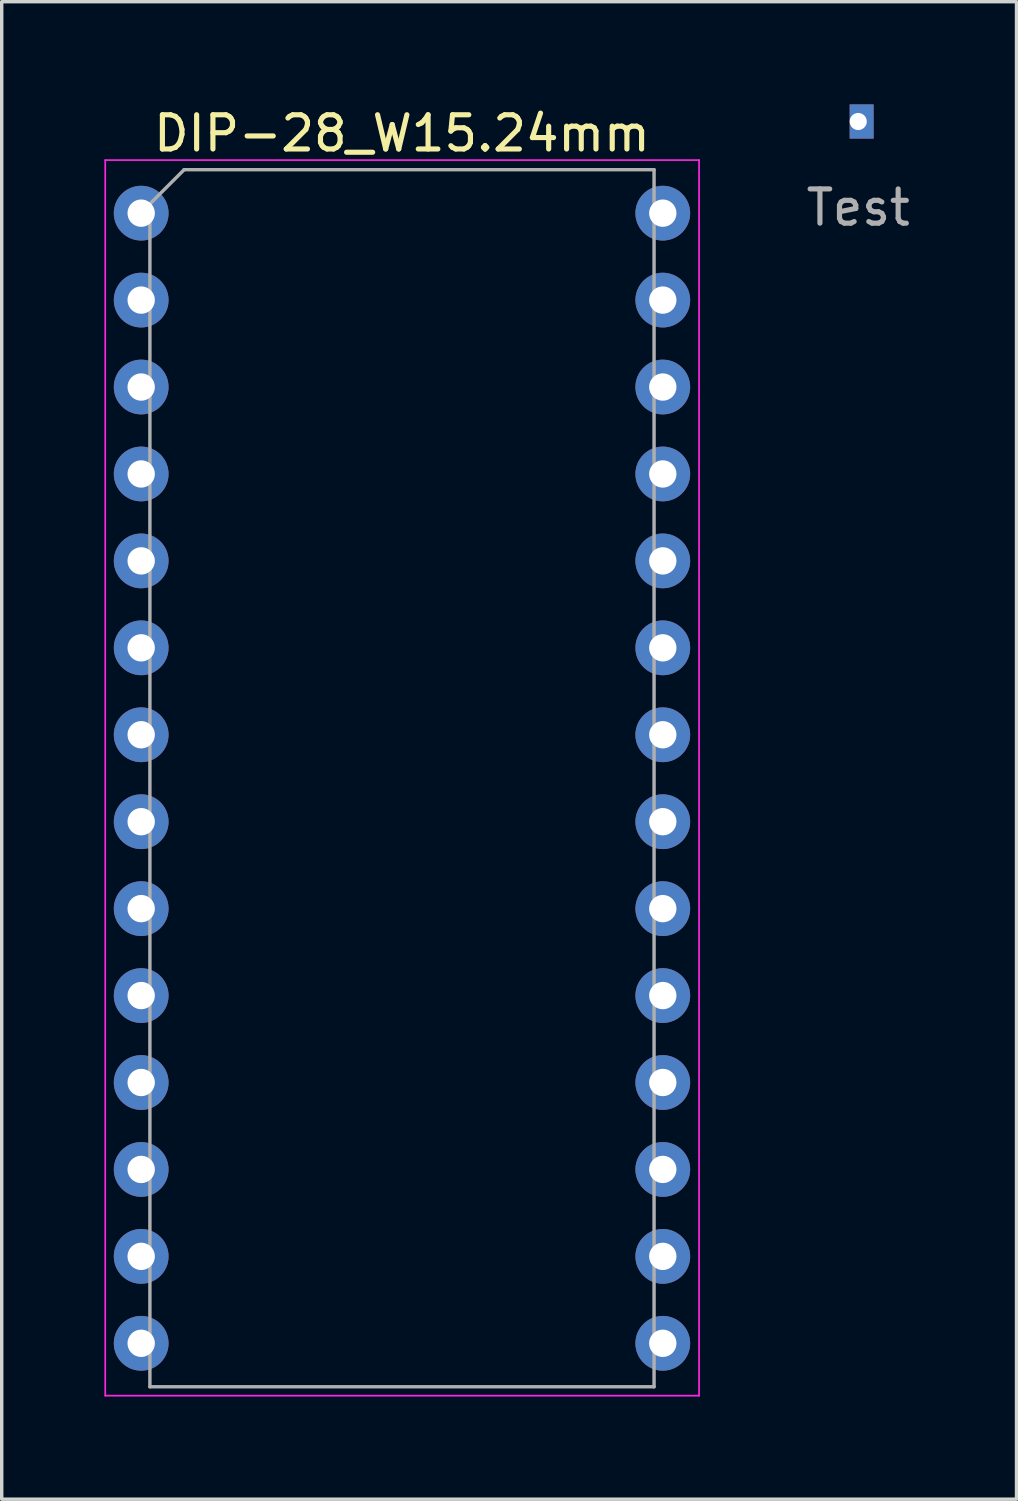
<source format=kicad_pcb>
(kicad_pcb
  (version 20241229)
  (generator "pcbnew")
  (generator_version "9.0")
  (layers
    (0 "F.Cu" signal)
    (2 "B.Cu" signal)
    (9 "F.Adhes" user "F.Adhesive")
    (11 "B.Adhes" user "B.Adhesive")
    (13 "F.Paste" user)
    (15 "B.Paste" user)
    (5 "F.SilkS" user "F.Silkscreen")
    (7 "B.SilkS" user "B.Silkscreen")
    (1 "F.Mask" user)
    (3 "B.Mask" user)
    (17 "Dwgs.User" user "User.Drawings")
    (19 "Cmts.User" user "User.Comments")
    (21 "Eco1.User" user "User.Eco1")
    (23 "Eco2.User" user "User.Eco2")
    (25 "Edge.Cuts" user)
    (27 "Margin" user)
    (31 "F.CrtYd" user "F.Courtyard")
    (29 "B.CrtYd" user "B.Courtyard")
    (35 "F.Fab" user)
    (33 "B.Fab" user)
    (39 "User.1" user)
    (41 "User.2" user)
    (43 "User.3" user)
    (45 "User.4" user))
  (footprint "DIP-28_W15.24mm"
    (layer "F.Cu")
    (at 1.075 3.178)
    (property "Reference" "DIP-28_W15.24mm" (at 7.62 -2.33 0) (layer "F.SilkS") (effects (font (size 1 1) (thickness 0.15))))
    (attr through_hole)
    (fp_line (start -1.05 -1.55) (end -1.05 34.55) (stroke (width 0.05) (type solid)) (layer "F.CrtYd"))
    (fp_line (start -1.05 34.55) (end 16.3 34.55) (stroke (width 0.05) (type solid)) (layer "F.CrtYd"))
    (fp_line (start 16.3 -1.55) (end -1.05 -1.55) (stroke (width 0.05) (type solid)) (layer "F.CrtYd"))
    (fp_line (start 16.3 34.55) (end 16.3 -1.55) (stroke (width 0.05) (type solid)) (layer "F.CrtYd"))
    (fp_line (start 0.255 -0.27) (end 1.255 -1.27) (stroke (width 0.1) (type solid)) (layer "F.Fab"))
    (fp_line (start 0.255 34.29) (end 0.255 -0.27) (stroke (width 0.1) (type solid)) (layer "F.Fab"))
    (fp_line (start 1.255 -1.27) (end 14.985 -1.27) (stroke (width 0.1) (type solid)) (layer "F.Fab"))
    (fp_line (start 14.985 -1.27) (end 14.985 34.29) (stroke (width 0.1) (type solid)) (layer "F.Fab"))
    (fp_line (start 14.985 34.29) (end 0.255 34.29) (stroke (width 0.1) (type solid)) (layer "F.Fab"))
    (pad "1" thru_hole circle (at 0 0) (size 1.6 1.6) (drill 0.8) (layers "*.Cu" "*.Mask"))
    (pad "2" thru_hole oval (at 0 2.54) (size 1.6 1.6) (drill 0.8) (layers "*.Cu" "*.Mask"))
    (pad "3" thru_hole oval (at 0 5.08) (size 1.6 1.6) (drill 0.8) (layers "*.Cu" "*.Mask"))
    (pad "4" thru_hole oval (at 0 7.62) (size 1.6 1.6) (drill 0.8) (layers "*.Cu" "*.Mask"))
    (pad "5" thru_hole oval (at 0 10.16) (size 1.6 1.6) (drill 0.8) (layers "*.Cu" "*.Mask"))
    (pad "6" thru_hole oval (at 0 12.7) (size 1.6 1.6) (drill 0.8) (layers "*.Cu" "*.Mask"))
    (pad "7" thru_hole oval (at 0 15.24) (size 1.6 1.6) (drill 0.8) (layers "*.Cu" "*.Mask"))
    (pad "8" thru_hole oval (at 0 17.78) (size 1.6 1.6) (drill 0.8) (layers "*.Cu" "*.Mask"))
    (pad "9" thru_hole oval (at 0 20.32) (size 1.6 1.6) (drill 0.8) (layers "*.Cu" "*.Mask"))
    (pad "10" thru_hole oval (at 0 22.86) (size 1.6 1.6) (drill 0.8) (layers "*.Cu" "*.Mask"))
    (pad "11" thru_hole oval (at 0 25.4) (size 1.6 1.6) (drill 0.8) (layers "*.Cu" "*.Mask"))
    (pad "12" thru_hole oval (at 0 27.94) (size 1.6 1.6) (drill 0.8) (layers "*.Cu" "*.Mask"))
    (pad "13" thru_hole oval (at 0 30.48) (size 1.6 1.6) (drill 0.8) (layers "*.Cu" "*.Mask"))
    (pad "14" thru_hole oval (at 0 33.02) (size 1.6 1.6) (drill 0.8) (layers "*.Cu" "*.Mask"))
    (pad "15" thru_hole oval (at 15.24 33.02) (size 1.6 1.6) (drill 0.8) (layers "*.Cu" "*.Mask"))
    (pad "16" thru_hole oval (at 15.24 30.48) (size 1.6 1.6) (drill 0.8) (layers "*.Cu" "*.Mask"))
    (pad "17" thru_hole oval (at 15.24 27.94) (size 1.6 1.6) (drill 0.8) (layers "*.Cu" "*.Mask"))
    (pad "18" thru_hole oval (at 15.24 25.4) (size 1.6 1.6) (drill 0.8) (layers "*.Cu" "*.Mask"))
    (pad "19" thru_hole oval (at 15.24 22.86) (size 1.6 1.6) (drill 0.8) (layers "*.Cu" "*.Mask"))
    (pad "20" thru_hole oval (at 15.24 20.32) (size 1.6 1.6) (drill 0.8) (layers "*.Cu" "*.Mask"))
    (pad "21" thru_hole oval (at 15.24 17.78) (size 1.6 1.6) (drill 0.8) (layers "*.Cu" "*.Mask"))
    (pad "22" thru_hole oval (at 15.24 15.24) (size 1.6 1.6) (drill 0.8) (layers "*.Cu" "*.Mask"))
    (pad "23" thru_hole oval (at 15.24 12.7) (size 1.6 1.6) (drill 0.8) (layers "*.Cu" "*.Mask"))
    (pad "24" thru_hole oval (at 15.24 10.16) (size 1.6 1.6) (drill 0.8) (layers "*.Cu" "*.Mask"))
    (pad "25" thru_hole oval (at 15.24 7.62) (size 1.6 1.6) (drill 0.8) (layers "*.Cu" "*.Mask"))
    (pad "26" thru_hole oval (at 15.24 5.08) (size 1.6 1.6) (drill 0.8) (layers "*.Cu" "*.Mask"))
    (pad "27" thru_hole oval (at 15.24 2.54) (size 1.6 1.6) (drill 0.8) (layers "*.Cu" "*.Mask"))
    (pad "28" thru_hole circle (at 15.24 0) (size 1.6 1.6) (drill 0.8) (layers "*.Cu" "*.Mask")))
  (footprint "Test"
    (layer "F.Cu")
    (at 22.025 0.5)
    (property "Reference" "Test" (at 0 2.515 0) (layer "F.Fab") (effects (font (size 1 1) (thickness 0.15))))
    (attr through_hole)
    (pad "1" thru_hole rect (at 0 0) (size 0.7 1) (drill 0.5 (offset 0.1 0)) (layers "*.Cu" "*.Mask")))
  (gr_rect
    (start -3 -3)
    (end 26.65 40.753)
    (stroke (width 0.1) (type default))
    (fill no)
    (layer "Edge.Cuts")))
</source>
